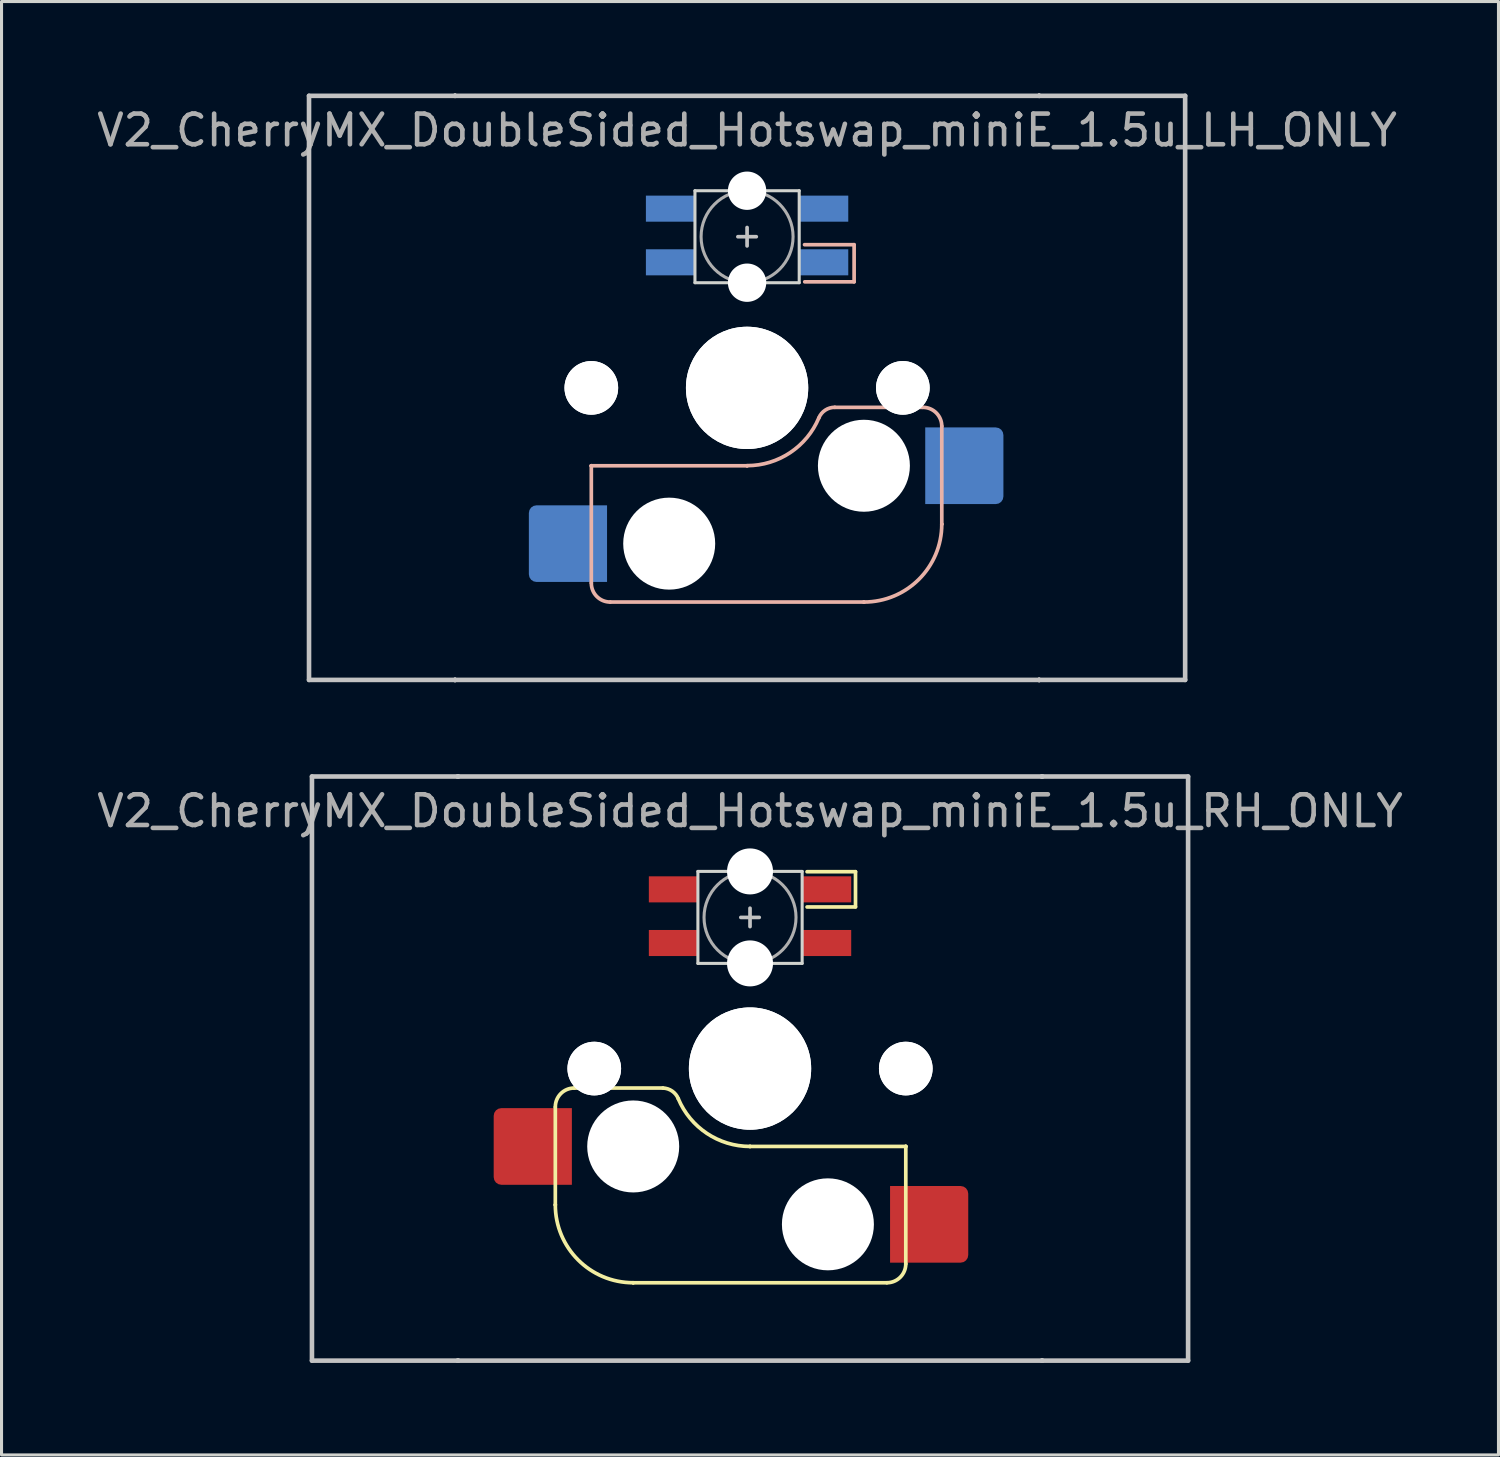
<source format=kicad_pcb>
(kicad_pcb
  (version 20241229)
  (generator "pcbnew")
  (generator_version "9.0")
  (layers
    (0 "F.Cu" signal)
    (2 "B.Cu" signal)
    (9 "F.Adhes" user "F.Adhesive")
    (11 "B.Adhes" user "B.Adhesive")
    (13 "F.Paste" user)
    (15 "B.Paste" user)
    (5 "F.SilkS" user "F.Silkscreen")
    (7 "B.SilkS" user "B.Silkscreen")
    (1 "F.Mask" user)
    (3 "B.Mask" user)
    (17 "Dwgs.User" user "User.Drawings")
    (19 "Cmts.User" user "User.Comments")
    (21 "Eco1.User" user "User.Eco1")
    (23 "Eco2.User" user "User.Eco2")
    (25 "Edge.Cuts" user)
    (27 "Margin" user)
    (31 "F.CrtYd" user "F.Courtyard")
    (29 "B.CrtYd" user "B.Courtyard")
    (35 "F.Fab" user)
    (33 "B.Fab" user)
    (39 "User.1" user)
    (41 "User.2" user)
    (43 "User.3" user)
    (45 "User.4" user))
  (footprint "V2_CherryMX_DoubleSided_Hotswap_miniE_1.5u_LH_ONLY"
    (layer "F.Cu")
    (at 21.315 9.6)
    (property "Reference" "V2_CherryMX_DoubleSided_Hotswap_miniE_1.5u_LH_ONLY" (at 0 -8.4 0) (layer "F.Fab") (effects (font (size 1 1) (thickness 0.15))))
    (attr through_hole)
    (fp_poly (pts (xy -3.25 -6.22) (xy -1.75 -6.22) (xy -1.75 -5.47) (xy -3.25 -5.47)) (stroke (width 0.1) (type solid)) (fill yes) (layer "B.Mask"))
    (fp_poly (pts (xy -3.25 -4.47) (xy -1.75 -4.47) (xy -1.75 -3.72) (xy -3.25 -3.72)) (stroke (width 0.1) (type solid)) (fill yes) (layer "B.Mask"))
    (fp_poly (pts (xy 1.75 -6.22) (xy 3.25 -6.22) (xy 3.25 -5.47) (xy 1.75 -5.47)) (stroke (width 0.1) (type solid)) (fill yes) (layer "B.Mask"))
    (fp_poly (pts (xy 1.75 -4.47) (xy 3.25 -4.47) (xy 3.25 -4.145) (xy 2.85 -3.72) (xy 1.75 -3.72)) (stroke (width 0.1) (type solid)) (fill yes) (layer "B.Mask"))
    (fp_line (start -5.08 2.54) (end -5.08 2.54) (stroke (width 0.12) (type solid)) (layer "B.SilkS"))
    (fp_line (start -5.08 2.54) (end -5.08 2.54) (stroke (width 0.12) (type solid)) (layer "B.SilkS"))
    (fp_line (start -5.08 6.36) (end -5.08 2.54) (stroke (width 0.12) (type solid)) (layer "B.SilkS"))
    (fp_line (start -4.46 6.985) (end 3.81 6.985) (stroke (width 0.12) (type solid)) (layer "B.SilkS"))
    (fp_line (start 0 2.54) (end -5.08 2.54) (stroke (width 0.12) (type solid)) (layer "B.SilkS"))
    (fp_line (start 0 2.54) (end 0 2.54) (stroke (width 0.12) (type solid)) (layer "B.SilkS"))
    (fp_line (start 1.874 -4.67) (end 3.486 -4.67) (stroke (width 0.12) (type solid)) (layer "B.SilkS"))
    (fp_line (start 1.88 -3.459) (end 3.491 -3.459) (stroke (width 0.12) (type solid)) (layer "B.SilkS"))
    (fp_line (start 2.86 0.635) (end 5.72 0.635) (stroke (width 0.12) (type solid)) (layer "B.SilkS"))
    (fp_line (start 3.491 -3.459) (end 3.491 -4.67) (stroke (width 0.12) (type solid)) (layer "B.SilkS"))
    (fp_line (start 3.81 6.985) (end 3.81 6.985) (stroke (width 0.12) (type solid)) (layer "B.SilkS"))
    (fp_line (start 6.35 1.25) (end 6.35 4.445) (stroke (width 0.12) (type solid)) (layer "B.SilkS"))
    (fp_line (start 6.35 4.445) (end 6.35 4.445) (stroke (width 0.12) (type solid)) (layer "B.SilkS"))
    (fp_arc (start -4.465 6.985) (mid -4.899871 6.804871) (end -5.08 6.37) (stroke (width 0.12) (type default)) (layer "B.SilkS"))
    (fp_arc (start 2.34 0.98) (mid 1.405313 2.11213) (end 0 2.536928) (stroke (width 0.12) (type solid)) (layer "B.SilkS"))
    (fp_arc (start 2.34 0.98) (mid 2.547381 0.727883) (end 2.859999 0.633863) (stroke (width 0.12) (type default)) (layer "B.SilkS"))
    (fp_arc (start 5.735129 0.635) (mid 6.169999 0.815141) (end 6.350129 1.25) (stroke (width 0.12) (type default)) (layer "B.SilkS"))
    (fp_arc (start 6.35 4.445) (mid 5.606051 6.241051) (end 3.81 6.985) (stroke (width 0.12) (type solid)) (layer "B.SilkS"))
    (fp_line (start -14.287 -9.525) (end 14.287 -9.525) (stroke (width 0.15) (type solid)) (layer "Dwgs.User"))
    (fp_line (start -14.287 9.525) (end -14.287 -9.525) (stroke (width 0.15) (type solid)) (layer "Dwgs.User"))
    (fp_line (start -9.525 -9.525) (end -9.525 -9.525) (stroke (width 0.15) (type solid)) (layer "Dwgs.User"))
    (fp_line (start -9.525 -9.525) (end -9.525 -9.525) (stroke (width 0.15) (type solid)) (layer "Dwgs.User"))
    (fp_line (start -9.525 -9.525) (end -9.525 -9.525) (stroke (width 0.15) (type solid)) (layer "Dwgs.User"))
    (fp_line (start -9.525 -9.525) (end -9.525 -9.525) (stroke (width 0.15) (type solid)) (layer "Dwgs.User"))
    (fp_line (start -9.525 9.525) (end -9.525 9.525) (stroke (width 0.15) (type solid)) (layer "Dwgs.User"))
    (fp_line (start -9.525 9.525) (end -9.525 9.525) (stroke (width 0.15) (type solid)) (layer "Dwgs.User"))
    (fp_line (start -9.525 9.525) (end -9.525 9.525) (stroke (width 0.15) (type solid)) (layer "Dwgs.User"))
    (fp_line (start -9.525 9.525) (end -9.525 9.525) (stroke (width 0.15) (type solid)) (layer "Dwgs.User"))
    (fp_line (start -0.3 -4.93) (end 0.3 -4.93) (stroke (width 0.12) (type solid)) (layer "Dwgs.User"))
    (fp_line (start 0 -4.63) (end 0 -5.23) (stroke (width 0.12) (type solid)) (layer "Dwgs.User"))
    (fp_line (start 9.525 -9.525) (end 9.525 -9.525) (stroke (width 0.15) (type solid)) (layer "Dwgs.User"))
    (fp_line (start 9.525 -9.525) (end 9.525 -9.525) (stroke (width 0.15) (type solid)) (layer "Dwgs.User"))
    (fp_line (start 9.525 -9.525) (end 9.525 -9.525) (stroke (width 0.15) (type solid)) (layer "Dwgs.User"))
    (fp_line (start 9.525 -9.525) (end 9.525 -9.525) (stroke (width 0.15) (type solid)) (layer "Dwgs.User"))
    (fp_line (start 9.525 9.525) (end 9.525 9.525) (stroke (width 0.15) (type solid)) (layer "Dwgs.User"))
    (fp_line (start 9.525 9.525) (end 9.525 9.525) (stroke (width 0.15) (type solid)) (layer "Dwgs.User"))
    (fp_line (start 9.525 9.525) (end 9.525 9.525) (stroke (width 0.15) (type solid)) (layer "Dwgs.User"))
    (fp_line (start 9.525 9.525) (end 9.525 9.525) (stroke (width 0.15) (type solid)) (layer "Dwgs.User"))
    (fp_line (start 14.287 -9.525) (end 14.287 9.525) (stroke (width 0.15) (type solid)) (layer "Dwgs.User"))
    (fp_line (start 14.287 9.525) (end -14.287 9.525) (stroke (width 0.15) (type solid)) (layer "Dwgs.User"))
    (fp_line (start -1.7 -6.43) (end -1.7 -3.43) (stroke (width 0.1) (type solid)) (layer "Edge.Cuts"))
    (fp_line (start 1.7 -6.43) (end -1.7 -6.43) (stroke (width 0.1) (type solid)) (layer "Edge.Cuts"))
    (fp_line (start 1.7 -3.43) (end -1.7 -3.43) (stroke (width 0.1) (type solid)) (layer "Edge.Cuts"))
    (fp_line (start 1.7 -3.43) (end 1.7 -6.43) (stroke (width 0.1) (type solid)) (layer "Edge.Cuts"))
    (fp_circle (center 0 -4.93) (end 0 -6.43) (stroke (width 0.1) (type solid)) (fill no) (layer "F.Fab"))
    (fp_line (start -9.525 9.525) (end -9.525 -9.525) (stroke (width 0.15) (type solid)) (layer "User.2"))
    (fp_line (start 9.525 -9.525) (end -9.525 -9.525) (stroke (width 0.15) (type solid)) (layer "User.2"))
    (fp_line (start 9.525 9.525) (end -9.525 9.525) (stroke (width 0.15) (type solid)) (layer "User.2"))
    (fp_line (start 9.525 9.525) (end 9.525 -9.525) (stroke (width 0.15) (type solid)) (layer "User.2"))
    (pad "" np_thru_hole circle (at -5.08 0 180) (size 1.75 1.75) (drill 1.75) (layers "*.Cu" "*.Mask"))
    (pad "" np_thru_hole circle (at -5.08 0 180) (size 1.75 1.75) (drill 1.75) (layers "*.Cu" "*.Mask"))
    (pad "" np_thru_hole circle (at -2.54 5.08 180) (size 3 3) (drill 3) (layers "*.Cu" "*.Mask"))
    (pad "" np_thru_hole circle (at 0 -6.43 180) (size 1.25 1.25) (drill 1.25) (layers "*.Cu" "*.Mask"))
    (pad "" np_thru_hole circle (at 0 -3.43 180) (size 1.25 1.25) (drill 1.25) (layers "*.Cu" "*.Mask"))
    (pad "" np_thru_hole circle (at 0 0 180) (size 3.988 3.988) (drill 3.988) (layers "*.Cu" "*.Mask"))
    (pad "" np_thru_hole circle (at 0 0 180) (size 3.988 3.988) (drill 3.988) (layers "*.Cu" "*.Mask"))
    (pad "" np_thru_hole circle (at 3.81 2.54 180) (size 3 3) (drill 3) (layers "*.Cu" "*.Mask"))
    (pad "" np_thru_hole circle (at 5.08 0 180) (size 1.75 1.75) (drill 1.75) (layers "*.Cu" "*.Mask"))
    (pad "" np_thru_hole circle (at 5.08 0 180) (size 1.75 1.75) (drill 1.75) (layers "*.Cu" "*.Mask"))
    (pad "1" smd rect (at -2.5 -5.845) (size 1.6 0.85) (layers "B.Cu"))
    (pad "2" smd rect (at -2.5 -4.095 180) (size 1.6 0.85) (layers "B.Cu"))
    (pad "3" smd rect (at 2.5 -4.095 180) (size 1.6 0.85) (layers "B.Cu"))
    (pad "4" smd rect (at 2.5 -5.845) (size 1.6 0.85) (layers "B.Cu"))
    (pad "5" smd roundrect (at 7.085 2.54 180) (size 2.55 2.5) (layers "B.Cu" "B.Mask" "B.Paste") (roundrect_rratio 0.1) (chamfer_ratio 0) (chamfer top_right bottom_right))
    (pad "6" smd roundrect (at -5.842 5.08 180) (size 2.55 2.5) (layers "B.Cu" "B.Mask" "B.Paste") (roundrect_rratio 0.1) (chamfer_ratio 0) (chamfer top_left bottom_left)))
  (footprint "V2_CherryMX_DoubleSided_Hotswap_miniE_1.5u_RH_ONLY"
    (layer "F.Cu")
    (at 21.411 31.8)
    (property "Reference" "V2_CherryMX_DoubleSided_Hotswap_miniE_1.5u_RH_ONLY" (at 0 -8.4 0) (layer "F.Fab") (effects (font (size 1 1) (thickness 0.15))))
    (attr through_hole)
    (fp_poly (pts (xy -3.25 -6.22) (xy -1.75 -6.22) (xy -1.75 -5.47) (xy -3.25 -5.47)) (stroke (width 0.1) (type solid)) (fill yes) (layer "F.Mask"))
    (fp_poly (pts (xy -3.25 -4.47) (xy -1.75 -4.47) (xy -1.75 -3.72) (xy -3.25 -3.72)) (stroke (width 0.1) (type solid)) (fill yes) (layer "F.Mask"))
    (fp_poly (pts (xy 1.75 -4.47) (xy 3.25 -4.47) (xy 3.25 -3.72) (xy 1.75 -3.72)) (stroke (width 0.1) (type solid)) (fill yes) (layer "F.Mask"))
    (fp_poly (pts (xy 1.75 -6.22) (xy 2.85 -6.22) (xy 3.25 -5.82) (xy 3.25 -5.47) (xy 1.75 -5.47)) (stroke (width 0.1) (type solid)) (fill yes) (layer "F.Mask"))
    (fp_line (start -6.35 4.445) (end -6.35 1.26) (stroke (width 0.12) (type solid)) (layer "F.SilkS"))
    (fp_line (start -6.35 4.445) (end -6.35 4.445) (stroke (width 0.12) (type solid)) (layer "F.SilkS"))
    (fp_line (start -5.73 0.635) (end -2.84 0.635) (stroke (width 0.12) (type solid)) (layer "F.SilkS"))
    (fp_line (start -3.81 6.985) (end -3.81 6.985) (stroke (width 0.12) (type solid)) (layer "F.SilkS"))
    (fp_line (start -3.81 6.985) (end 4.46 6.985) (stroke (width 0.12) (type solid)) (layer "F.SilkS"))
    (fp_line (start 0 2.54) (end 0 2.54) (stroke (width 0.12) (type solid)) (layer "F.SilkS"))
    (fp_line (start 0 2.54) (end 5.08 2.54) (stroke (width 0.12) (type solid)) (layer "F.SilkS"))
    (fp_line (start 3.44 -6.42) (end 1.86 -6.42) (stroke (width 0.12) (type solid)) (layer "F.SilkS"))
    (fp_line (start 3.44 -5.278) (end 3.44 -6.42) (stroke (width 0.12) (type solid)) (layer "F.SilkS"))
    (fp_line (start 3.44 -5.27) (end 1.86 -5.27) (stroke (width 0.12) (type solid)) (layer "F.SilkS"))
    (fp_line (start 5.08 2.54) (end 5.08 2.54) (stroke (width 0.12) (type solid)) (layer "F.SilkS"))
    (fp_line (start 5.08 2.54) (end 5.08 2.54) (stroke (width 0.12) (type solid)) (layer "F.SilkS"))
    (fp_line (start 5.08 6.37) (end 5.08 2.54) (stroke (width 0.12) (type solid)) (layer "F.SilkS"))
    (fp_arc (start -6.35 1.25) (mid -6.169871 0.815129) (end -5.735 0.635) (stroke (width 0.12) (type default)) (layer "F.SilkS"))
    (fp_arc (start -3.81 6.985) (mid -5.606051 6.241051) (end -6.35 4.445) (stroke (width 0.12) (type solid)) (layer "F.SilkS"))
    (fp_arc (start -2.840072 0.635) (mid -2.539136 0.734324) (end -2.34 0.980845) (stroke (width 0.12) (type default)) (layer "F.SilkS"))
    (fp_arc (start 0 2.54) (mid -1.405313 2.115202) (end -2.34 0.983072) (stroke (width 0.12) (type solid)) (layer "F.SilkS"))
    (fp_arc (start 5.080129 6.37) (mid 4.9 6.80487) (end 4.465129 6.985) (stroke (width 0.12) (type default)) (layer "F.SilkS"))
    (fp_line (start -14.287 -9.525) (end 14.287 -9.525) (stroke (width 0.15) (type solid)) (layer "Dwgs.User"))
    (fp_line (start -14.287 9.525) (end -14.287 -9.525) (stroke (width 0.15) (type solid)) (layer "Dwgs.User"))
    (fp_line (start -9.525 -9.525) (end -9.525 -9.525) (stroke (width 0.15) (type solid)) (layer "Dwgs.User"))
    (fp_line (start -9.525 -9.525) (end -9.525 -9.525) (stroke (width 0.15) (type solid)) (layer "Dwgs.User"))
    (fp_line (start -9.525 -9.525) (end -9.525 -9.525) (stroke (width 0.15) (type solid)) (layer "Dwgs.User"))
    (fp_line (start -9.525 -9.525) (end -9.525 -9.525) (stroke (width 0.15) (type solid)) (layer "Dwgs.User"))
    (fp_line (start -9.525 9.525) (end -9.525 9.525) (stroke (width 0.15) (type solid)) (layer "Dwgs.User"))
    (fp_line (start -9.525 9.525) (end -9.525 9.525) (stroke (width 0.15) (type solid)) (layer "Dwgs.User"))
    (fp_line (start -9.525 9.525) (end -9.525 9.525) (stroke (width 0.15) (type solid)) (layer "Dwgs.User"))
    (fp_line (start -9.525 9.525) (end -9.525 9.525) (stroke (width 0.15) (type solid)) (layer "Dwgs.User"))
    (fp_line (start -0.3 -4.93) (end 0.3 -4.93) (stroke (width 0.12) (type solid)) (layer "Dwgs.User"))
    (fp_line (start 0 -4.63) (end 0 -5.23) (stroke (width 0.12) (type solid)) (layer "Dwgs.User"))
    (fp_line (start 9.525 -9.525) (end 9.525 -9.525) (stroke (width 0.15) (type solid)) (layer "Dwgs.User"))
    (fp_line (start 9.525 -9.525) (end 9.525 -9.525) (stroke (width 0.15) (type solid)) (layer "Dwgs.User"))
    (fp_line (start 9.525 -9.525) (end 9.525 -9.525) (stroke (width 0.15) (type solid)) (layer "Dwgs.User"))
    (fp_line (start 9.525 -9.525) (end 9.525 -9.525) (stroke (width 0.15) (type solid)) (layer "Dwgs.User"))
    (fp_line (start 9.525 9.525) (end 9.525 9.525) (stroke (width 0.15) (type solid)) (layer "Dwgs.User"))
    (fp_line (start 9.525 9.525) (end 9.525 9.525) (stroke (width 0.15) (type solid)) (layer "Dwgs.User"))
    (fp_line (start 9.525 9.525) (end 9.525 9.525) (stroke (width 0.15) (type solid)) (layer "Dwgs.User"))
    (fp_line (start 9.525 9.525) (end 9.525 9.525) (stroke (width 0.15) (type solid)) (layer "Dwgs.User"))
    (fp_line (start 14.287 -9.525) (end 14.287 9.525) (stroke (width 0.15) (type solid)) (layer "Dwgs.User"))
    (fp_line (start 14.287 9.525) (end -14.287 9.525) (stroke (width 0.15) (type solid)) (layer "Dwgs.User"))
    (fp_line (start -1.7 -6.43) (end -1.7 -3.43) (stroke (width 0.1) (type solid)) (layer "Edge.Cuts"))
    (fp_line (start 1.7 -6.43) (end -1.7 -6.43) (stroke (width 0.1) (type solid)) (layer "Edge.Cuts"))
    (fp_line (start 1.7 -3.43) (end -1.7 -3.43) (stroke (width 0.1) (type solid)) (layer "Edge.Cuts"))
    (fp_line (start 1.7 -3.43) (end 1.7 -6.43) (stroke (width 0.1) (type solid)) (layer "Edge.Cuts"))
    (fp_circle (center 0 -4.93) (end 0 -6.43) (stroke (width 0.1) (type solid)) (fill no) (layer "F.Fab"))
    (fp_line (start -9.525 9.525) (end -9.525 -9.525) (stroke (width 0.15) (type solid)) (layer "User.2"))
    (fp_line (start 9.525 -9.525) (end -9.525 -9.525) (stroke (width 0.15) (type solid)) (layer "User.2"))
    (fp_line (start 9.525 9.525) (end -9.525 9.525) (stroke (width 0.15) (type solid)) (layer "User.2"))
    (fp_line (start 9.525 9.525) (end 9.525 -9.525) (stroke (width 0.15) (type solid)) (layer "User.2"))
    (pad "" np_thru_hole circle (at -5.08 0 180) (size 1.75 1.75) (drill 1.75) (layers "*.Cu" "*.Mask"))
    (pad "" np_thru_hole circle (at -5.08 0 180) (size 1.75 1.75) (drill 1.75) (layers "*.Cu" "*.Mask"))
    (pad "" np_thru_hole circle (at -3.81 2.54 180) (size 3 3) (drill 3) (layers "*.Cu" "*.Mask"))
    (pad "" np_thru_hole circle (at 0 -6.43 180) (size 1.5 1.5) (drill 1.5) (layers "*.Cu" "*.Mask"))
    (pad "" np_thru_hole circle (at 0 -3.43 180) (size 1.5 1.5) (drill 1.5) (layers "*.Cu" "*.Mask"))
    (pad "" np_thru_hole circle (at 0 0 180) (size 3.988 3.988) (drill 3.988) (layers "*.Cu" "*.Mask"))
    (pad "" np_thru_hole circle (at 0 0 180) (size 3.988 3.988) (drill 3.988) (layers "*.Cu" "*.Mask"))
    (pad "" np_thru_hole circle (at 2.54 5.08 180) (size 3 3) (drill 3) (layers "*.Cu" "*.Mask"))
    (pad "" np_thru_hole circle (at 5.08 0 180) (size 1.75 1.75) (drill 1.75) (layers "*.Cu" "*.Mask"))
    (pad "" np_thru_hole circle (at 5.08 0 180) (size 1.75 1.75) (drill 1.75) (layers "*.Cu" "*.Mask"))
    (pad "1" smd rect (at -2.5 -4.095) (size 1.6 0.85) (layers "F.Cu"))
    (pad "2" smd rect (at -2.5 -5.845 180) (size 1.6 0.85) (layers "F.Cu"))
    (pad "3" smd rect (at 2.5 -5.845 180) (size 1.6 0.85) (layers "F.Cu"))
    (pad "4" smd rect (at 2.5 -4.095) (size 1.6 0.85) (layers "F.Cu"))
    (pad "5" smd roundrect (at 5.842 5.08 180) (size 2.55 2.5) (layers "F.Cu" "F.Mask" "F.Paste") (roundrect_rratio 0.1) (chamfer_ratio 0) (chamfer top_right bottom_right))
    (pad "6" smd roundrect (at -7.085 2.54 180) (size 2.55 2.5) (layers "F.Cu" "F.Mask" "F.Paste") (roundrect_rratio 0.1) (chamfer_ratio 0) (chamfer top_left bottom_left)))
  (gr_rect
    (start -3 -3)
    (end 45.821 44.4)
    (stroke (width 0.1) (type default))
    (fill no)
    (layer "Edge.Cuts")))
</source>
